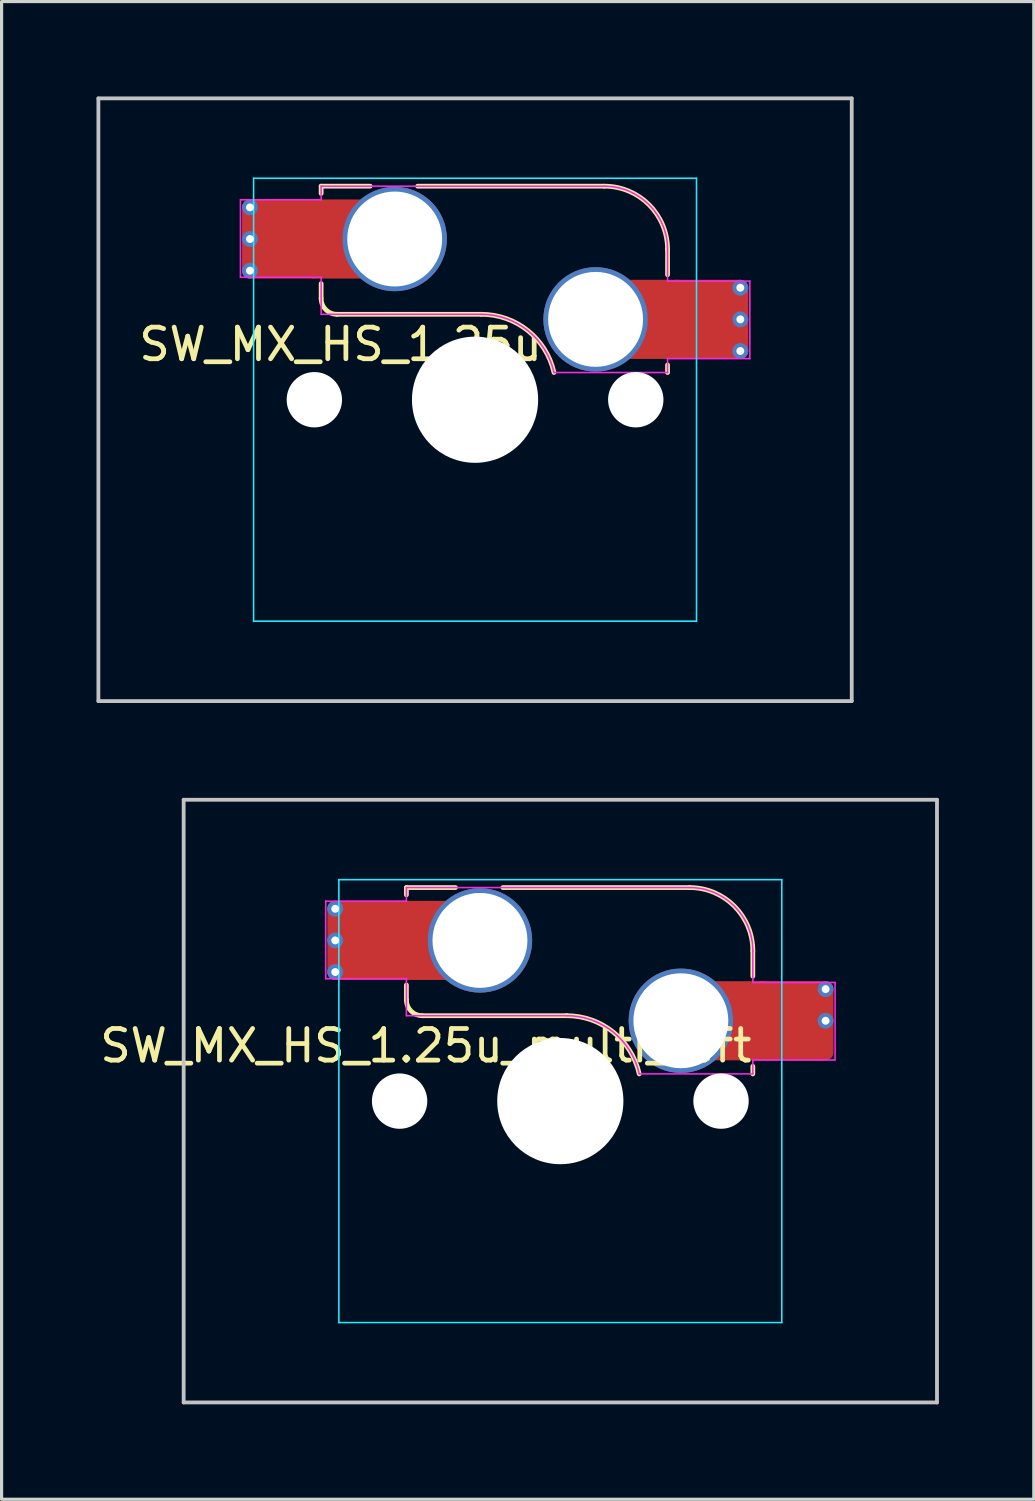
<source format=kicad_pcb>
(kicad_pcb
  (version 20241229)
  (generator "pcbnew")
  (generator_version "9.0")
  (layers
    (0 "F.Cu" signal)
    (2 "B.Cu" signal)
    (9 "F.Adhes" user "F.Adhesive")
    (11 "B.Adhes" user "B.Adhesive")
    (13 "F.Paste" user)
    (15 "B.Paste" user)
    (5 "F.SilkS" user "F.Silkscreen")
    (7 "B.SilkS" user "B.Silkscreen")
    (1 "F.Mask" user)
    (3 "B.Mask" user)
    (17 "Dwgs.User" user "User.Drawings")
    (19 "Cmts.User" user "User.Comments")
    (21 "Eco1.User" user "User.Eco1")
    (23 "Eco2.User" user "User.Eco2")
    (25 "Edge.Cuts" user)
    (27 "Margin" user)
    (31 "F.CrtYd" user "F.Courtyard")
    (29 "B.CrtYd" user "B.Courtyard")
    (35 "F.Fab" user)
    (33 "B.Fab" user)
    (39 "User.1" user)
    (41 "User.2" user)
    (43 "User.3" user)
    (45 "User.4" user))
  (footprint "SW_MX_HS_1.25u"
    (layer "F.Cu")
    (at 11.966 9.585)
    (property "Reference" "SW_MX_HS_1.25u" (at -4.25 -1.75 0) (layer "F.SilkS") (effects (font (size 1 1) (thickness 0.15))))
    (attr smd)
    (fp_line (start -4.865 -6.75) (end -4.865 -6.52) (stroke (width 0.15) (type solid)) (layer "F.SilkS"))
    (fp_line (start -4.865 -3.67) (end -4.865 -3.2) (stroke (width 0.15) (type solid)) (layer "F.SilkS"))
    (fp_line (start -4.365 -2.7) (end 0.2 -2.7) (stroke (width 0.15) (type solid)) (layer "F.SilkS"))
    (fp_line (start -3.315 -6.75) (end -4.865 -6.75) (stroke (width 0.15) (type solid)) (layer "F.SilkS"))
    (fp_line (start 4.085 -6.75) (end -1.815 -6.75) (stroke (width 0.15) (type solid)) (layer "F.SilkS"))
    (fp_line (start 6.085 -3.95) (end 6.085 -4.75) (stroke (width 0.15) (type solid)) (layer "F.SilkS"))
    (fp_line (start 6.085 -1.1) (end 6.085 -0.86) (stroke (width 0.15) (type solid)) (layer "F.SilkS"))
    (fp_arc (start -4.364824 -2.70022) (mid -4.718377 -2.846667) (end -4.864824 -3.20022) (stroke (width 0.15) (type solid)) (layer "F.SilkS"))
    (fp_arc (start 0.2 -2.70022) (mid 1.670693 -2.183637) (end 2.494322 -0.86022) (stroke (width 0.15) (type solid)) (layer "F.SilkS"))
    (fp_arc (start 4.085176 -6.75022) (mid 5.49939 -6.164434) (end 6.085176 -4.75022) (stroke (width 0.15) (type solid)) (layer "F.SilkS"))
    (fp_line (start -11.906 -9.525) (end 11.906 -9.525) (stroke (width 0.12) (type solid)) (layer "Dwgs.User"))
    (fp_line (start -11.906 9.525) (end -11.906 -9.525) (stroke (width 0.12) (type solid)) (layer "Dwgs.User"))
    (fp_line (start 11.906 -9.525) (end 11.906 9.525) (stroke (width 0.12) (type solid)) (layer "Dwgs.User"))
    (fp_line (start 11.906 9.525) (end -11.906 9.525) (stroke (width 0.12) (type solid)) (layer "Dwgs.User"))
    (fp_line (start -7 -6.5) (end -7 6.5) (stroke (width 0.05) (type solid)) (layer "Eco2.User"))
    (fp_line (start -6.5 7) (end 6.5 7) (stroke (width 0.05) (type solid)) (layer "Eco2.User"))
    (fp_line (start 6.5 -7) (end -6.5 -7) (stroke (width 0.05) (type solid)) (layer "Eco2.User"))
    (fp_line (start 7 6.5) (end 7 -6.5) (stroke (width 0.05) (type solid)) (layer "Eco2.User"))
    (fp_arc (start -7 -6.5) (mid -6.853553 -6.853553) (end -6.5 -7) (stroke (width 0.05) (type solid)) (layer "Eco2.User"))
    (fp_arc (start -6.497236 6.998884) (mid -6.850789 6.852437) (end -6.997236 6.498884) (stroke (width 0.05) (type solid)) (layer "Eco2.User"))
    (fp_arc (start 6.5 -7) (mid 6.853553 -6.853553) (end 7 -6.5) (stroke (width 0.05) (type solid)) (layer "Eco2.User"))
    (fp_arc (start 7 6.5) (mid 6.853553 6.853553) (end 6.5 7) (stroke (width 0.05) (type solid)) (layer "Eco2.User"))
    (fp_line (start -7 -7) (end 7 -7) (stroke (width 0.05) (type solid)) (layer "B.CrtYd"))
    (fp_line (start -7 7) (end -7 -7) (stroke (width 0.05) (type solid)) (layer "B.CrtYd"))
    (fp_line (start 7 -7) (end 7 7) (stroke (width 0.05) (type solid)) (layer "B.CrtYd"))
    (fp_line (start 7 7) (end -7 7) (stroke (width 0.05) (type solid)) (layer "B.CrtYd"))
    (fp_line (start -7.415 -6.32) (end -4.865 -6.32) (stroke (width 0.05) (type solid)) (layer "F.CrtYd"))
    (fp_line (start -7.415 -3.87) (end -7.415 -6.32) (stroke (width 0.05) (type solid)) (layer "F.CrtYd"))
    (fp_line (start -4.865 -6.75) (end -4.865 -6.32) (stroke (width 0.05) (type solid)) (layer "F.CrtYd"))
    (fp_line (start -4.865 -3.87) (end -7.415 -3.87) (stroke (width 0.05) (type solid)) (layer "F.CrtYd"))
    (fp_line (start -4.865 -3.87) (end -4.865 -2.7) (stroke (width 0.05) (type solid)) (layer "F.CrtYd"))
    (fp_line (start -4.865 -2.7) (end 0.2 -2.7) (stroke (width 0.05) (type solid)) (layer "F.CrtYd"))
    (fp_line (start 4.085 -6.75) (end -4.865 -6.75) (stroke (width 0.05) (type solid)) (layer "F.CrtYd"))
    (fp_line (start 6.085 -3.75) (end 6.085 -4.75) (stroke (width 0.05) (type solid)) (layer "F.CrtYd"))
    (fp_line (start 6.085 -3.75) (end 8.685 -3.75) (stroke (width 0.05) (type solid)) (layer "F.CrtYd"))
    (fp_line (start 6.085 -1.3) (end 6.085 -0.86) (stroke (width 0.05) (type solid)) (layer "F.CrtYd"))
    (fp_line (start 6.085 -0.86) (end 2.494 -0.86) (stroke (width 0.05) (type solid)) (layer "F.CrtYd"))
    (fp_line (start 8.685 -3.75) (end 8.685 -1.3) (stroke (width 0.05) (type solid)) (layer "F.CrtYd"))
    (fp_line (start 8.685 -1.3) (end 6.085 -1.3) (stroke (width 0.05) (type solid)) (layer "F.CrtYd"))
    (fp_arc (start 0.2 -2.70022) (mid 1.670503 -2.183399) (end 2.494322 -0.86022) (stroke (width 0.05) (type solid)) (layer "F.CrtYd"))
    (fp_arc (start 4.085176 -6.75022) (mid 5.49939 -6.164434) (end 6.085176 -4.75022) (stroke (width 0.05) (type solid)) (layer "F.CrtYd"))
    (pad "" np_thru_hole circle (at -5.08 0) (size 1.75 1.75) (drill 1.75) (layers "*.Cu" "*.Mask"))
    (pad "" np_thru_hole circle (at 0 0) (size 3.988 3.988) (drill 3.988) (layers "*.Cu" "*.Mask"))
    (pad "" np_thru_hole circle (at 5.08 0) (size 1.75 1.75) (drill 1.75) (layers "*.Cu" "*.Mask"))
    (pad "1" thru_hole circle (at 3.81 -2.54) (size 3.3 3.3) (drill 3) (layers "*.Cu" "*.Mask"))
    (pad "1" smd rect (at 5.635 -2.54 180) (size 1.65 2.5) (layers "F.Cu"))
    (pad "1" smd roundrect (at 7.36 -2.54) (size 2.55 2.5) (layers "F.Cu" "F.Mask" "F.Paste") (roundrect_rratio 0.1))
    (pad "1" thru_hole circle (at 8.385 -3.54) (size 0.5 0.5) (drill 0.25) (layers "*.Cu"))
    (pad "1" thru_hole circle (at 8.385 -2.54) (size 0.5 0.5) (drill 0.25) (layers "*.Cu"))
    (pad "1" thru_hole circle (at 8.385 -1.54) (size 0.5 0.5) (drill 0.25) (layers "*.Cu"))
    (pad "2" thru_hole circle (at -7.115 -6.08) (size 0.5 0.5) (drill 0.25) (layers "*.Cu"))
    (pad "2" thru_hole circle (at -7.115 -5.08) (size 0.5 0.5) (drill 0.25) (layers "*.Cu"))
    (pad "2" thru_hole circle (at -7.115 -4.08) (size 0.5 0.5) (drill 0.25) (layers "*.Cu"))
    (pad "2" smd roundrect (at -6.09 -5.08) (size 2.55 2.5) (layers "F.Cu" "F.Mask" "F.Paste") (roundrect_rratio 0.1))
    (pad "2" smd rect (at -4.34 -5.08) (size 1.65 2.5) (layers "F.Cu"))
    (pad "2" thru_hole circle (at -2.54 -5.08) (size 3.3 3.3) (drill 3) (layers "*.Cu" "*.Mask")))
  (footprint "SW_MX_HS_1.25u_multi_left"
    (layer "F.Cu")
    (at 14.661 31.755)
    (property "Reference" "SW_MX_HS_1.25u_multi_left" (at -4.25 -1.75 0) (layer "F.SilkS") (effects (font (size 1 1) (thickness 0.15))))
    (attr smd)
    (fp_line (start -4.865 -6.75) (end -4.865 -6.52) (stroke (width 0.15) (type solid)) (layer "F.SilkS"))
    (fp_line (start -4.865 -3.67) (end -4.865 -3.2) (stroke (width 0.15) (type solid)) (layer "F.SilkS"))
    (fp_line (start -4.365 -2.7) (end 0.2 -2.7) (stroke (width 0.15) (type solid)) (layer "F.SilkS"))
    (fp_line (start -3.315 -6.75) (end -4.865 -6.75) (stroke (width 0.15) (type solid)) (layer "F.SilkS"))
    (fp_line (start 4.085 -6.75) (end -1.815 -6.75) (stroke (width 0.15) (type solid)) (layer "F.SilkS"))
    (fp_line (start 6.085 -3.95) (end 6.085 -4.75) (stroke (width 0.15) (type solid)) (layer "F.SilkS"))
    (fp_line (start 6.085 -1.1) (end 6.085 -0.86) (stroke (width 0.15) (type solid)) (layer "F.SilkS"))
    (fp_arc (start -4.364824 -2.70022) (mid -4.718377 -2.846667) (end -4.864824 -3.20022) (stroke (width 0.15) (type solid)) (layer "F.SilkS"))
    (fp_arc (start 0.2 -2.70022) (mid 1.670693 -2.183637) (end 2.494322 -0.86022) (stroke (width 0.15) (type solid)) (layer "F.SilkS"))
    (fp_arc (start 4.085176 -6.75022) (mid 5.49939 -6.164434) (end 6.085176 -4.75022) (stroke (width 0.15) (type solid)) (layer "F.SilkS"))
    (fp_line (start -11.906 -9.525) (end 11.906 -9.525) (stroke (width 0.12) (type solid)) (layer "Dwgs.User"))
    (fp_line (start -11.906 9.525) (end -11.906 -9.525) (stroke (width 0.12) (type solid)) (layer "Dwgs.User"))
    (fp_line (start 11.906 -9.525) (end 11.906 9.525) (stroke (width 0.12) (type solid)) (layer "Dwgs.User"))
    (fp_line (start 11.906 9.525) (end -11.906 9.525) (stroke (width 0.12) (type solid)) (layer "Dwgs.User"))
    (fp_line (start -7 -6.5) (end -7 6.5) (stroke (width 0.05) (type solid)) (layer "Eco2.User"))
    (fp_line (start -6.5 7) (end 6.5 7) (stroke (width 0.05) (type solid)) (layer "Eco2.User"))
    (fp_line (start 6.5 -7) (end -6.5 -7) (stroke (width 0.05) (type solid)) (layer "Eco2.User"))
    (fp_line (start 7 6.5) (end 7 -6.5) (stroke (width 0.05) (type solid)) (layer "Eco2.User"))
    (fp_arc (start -7 -6.5) (mid -6.853553 -6.853553) (end -6.5 -7) (stroke (width 0.05) (type solid)) (layer "Eco2.User"))
    (fp_arc (start -6.497236 6.998884) (mid -6.850789 6.852437) (end -6.997236 6.498884) (stroke (width 0.05) (type solid)) (layer "Eco2.User"))
    (fp_arc (start 6.5 -7) (mid 6.853553 -6.853553) (end 7 -6.5) (stroke (width 0.05) (type solid)) (layer "Eco2.User"))
    (fp_arc (start 7 6.5) (mid 6.853553 6.853553) (end 6.5 7) (stroke (width 0.05) (type solid)) (layer "Eco2.User"))
    (fp_line (start -7 -7) (end 7 -7) (stroke (width 0.05) (type solid)) (layer "B.CrtYd"))
    (fp_line (start -7 7) (end -7 -7) (stroke (width 0.05) (type solid)) (layer "B.CrtYd"))
    (fp_line (start 7 -7) (end 7 7) (stroke (width 0.05) (type solid)) (layer "B.CrtYd"))
    (fp_line (start 7 7) (end -7 7) (stroke (width 0.05) (type solid)) (layer "B.CrtYd"))
    (fp_line (start -7.415 -6.32) (end -4.865 -6.32) (stroke (width 0.05) (type solid)) (layer "F.CrtYd"))
    (fp_line (start -7.415 -3.87) (end -7.415 -6.32) (stroke (width 0.05) (type solid)) (layer "F.CrtYd"))
    (fp_line (start -4.865 -6.75) (end -4.865 -6.32) (stroke (width 0.05) (type solid)) (layer "F.CrtYd"))
    (fp_line (start -4.865 -3.87) (end -7.415 -3.87) (stroke (width 0.05) (type solid)) (layer "F.CrtYd"))
    (fp_line (start -4.865 -3.87) (end -4.865 -2.7) (stroke (width 0.05) (type solid)) (layer "F.CrtYd"))
    (fp_line (start -4.865 -2.7) (end 0.2 -2.7) (stroke (width 0.05) (type solid)) (layer "F.CrtYd"))
    (fp_line (start 4.085 -6.75) (end -4.865 -6.75) (stroke (width 0.05) (type solid)) (layer "F.CrtYd"))
    (fp_line (start 6.085 -3.75) (end 6.085 -4.75) (stroke (width 0.05) (type solid)) (layer "F.CrtYd"))
    (fp_line (start 6.085 -3.75) (end 8.685 -3.75) (stroke (width 0.05) (type solid)) (layer "F.CrtYd"))
    (fp_line (start 6.085 -1.3) (end 6.085 -0.86) (stroke (width 0.05) (type solid)) (layer "F.CrtYd"))
    (fp_line (start 6.085 -0.86) (end 2.494 -0.86) (stroke (width 0.05) (type solid)) (layer "F.CrtYd"))
    (fp_line (start 8.685 -3.75) (end 8.685 -1.3) (stroke (width 0.05) (type solid)) (layer "F.CrtYd"))
    (fp_line (start 8.685 -1.3) (end 6.085 -1.3) (stroke (width 0.05) (type solid)) (layer "F.CrtYd"))
    (fp_arc (start 0.2 -2.70022) (mid 1.670503 -2.183399) (end 2.494322 -0.86022) (stroke (width 0.05) (type solid)) (layer "F.CrtYd"))
    (fp_arc (start 4.085176 -6.75022) (mid 5.49939 -6.164434) (end 6.085176 -4.75022) (stroke (width 0.05) (type solid)) (layer "F.CrtYd"))
    (pad "" np_thru_hole circle (at -5.08 0) (size 1.75 1.75) (drill 1.75) (layers "*.Cu" "*.Mask"))
    (pad "" np_thru_hole circle (at 0 0) (size 3.988 3.988) (drill 3.988) (layers "*.Cu" "*.Mask"))
    (pad "" np_thru_hole circle (at 5.08 0) (size 1.75 1.75) (drill 1.75) (layers "*.Cu" "*.Mask"))
    (pad "1" thru_hole circle (at 3.81 -2.54) (size 3.3 3.3) (drill 3) (layers "*.Cu" "*.Mask"))
    (pad "1" smd rect (at 5.635 -2.54 180) (size 1.65 2.5) (layers "F.Cu"))
    (pad "1" smd roundrect (at 7.36 -2.54) (size 2.55 2.5) (layers "F.Cu" "F.Mask" "F.Paste") (roundrect_rratio 0.1))
    (pad "1" thru_hole circle (at 8.385 -3.54) (size 0.5 0.5) (drill 0.25) (layers "*.Cu"))
    (pad "1" thru_hole circle (at 8.385 -2.54) (size 0.5 0.5) (drill 0.25) (layers "*.Cu"))
    (pad "2" thru_hole circle (at -7.115 -6.08) (size 0.5 0.5) (drill 0.25) (layers "*.Cu"))
    (pad "2" thru_hole circle (at -7.115 -5.08) (size 0.5 0.5) (drill 0.25) (layers "*.Cu"))
    (pad "2" thru_hole circle (at -7.115 -4.08) (size 0.5 0.5) (drill 0.25) (layers "*.Cu"))
    (pad "2" smd roundrect (at -6.09 -5.08) (size 2.55 2.5) (layers "F.Cu" "F.Mask" "F.Paste") (roundrect_rratio 0.1))
    (pad "2" smd rect (at -4.34 -5.08) (size 1.65 2.5) (layers "F.Cu"))
    (pad "2" thru_hole circle (at -2.54 -5.08) (size 3.3 3.3) (drill 3) (layers "*.Cu" "*.Mask")))
  (gr_rect
    (start -3 -3)
    (end 29.627 44.34)
    (stroke (width 0.1) (type default))
    (fill no)
    (layer "Edge.Cuts")))
</source>
